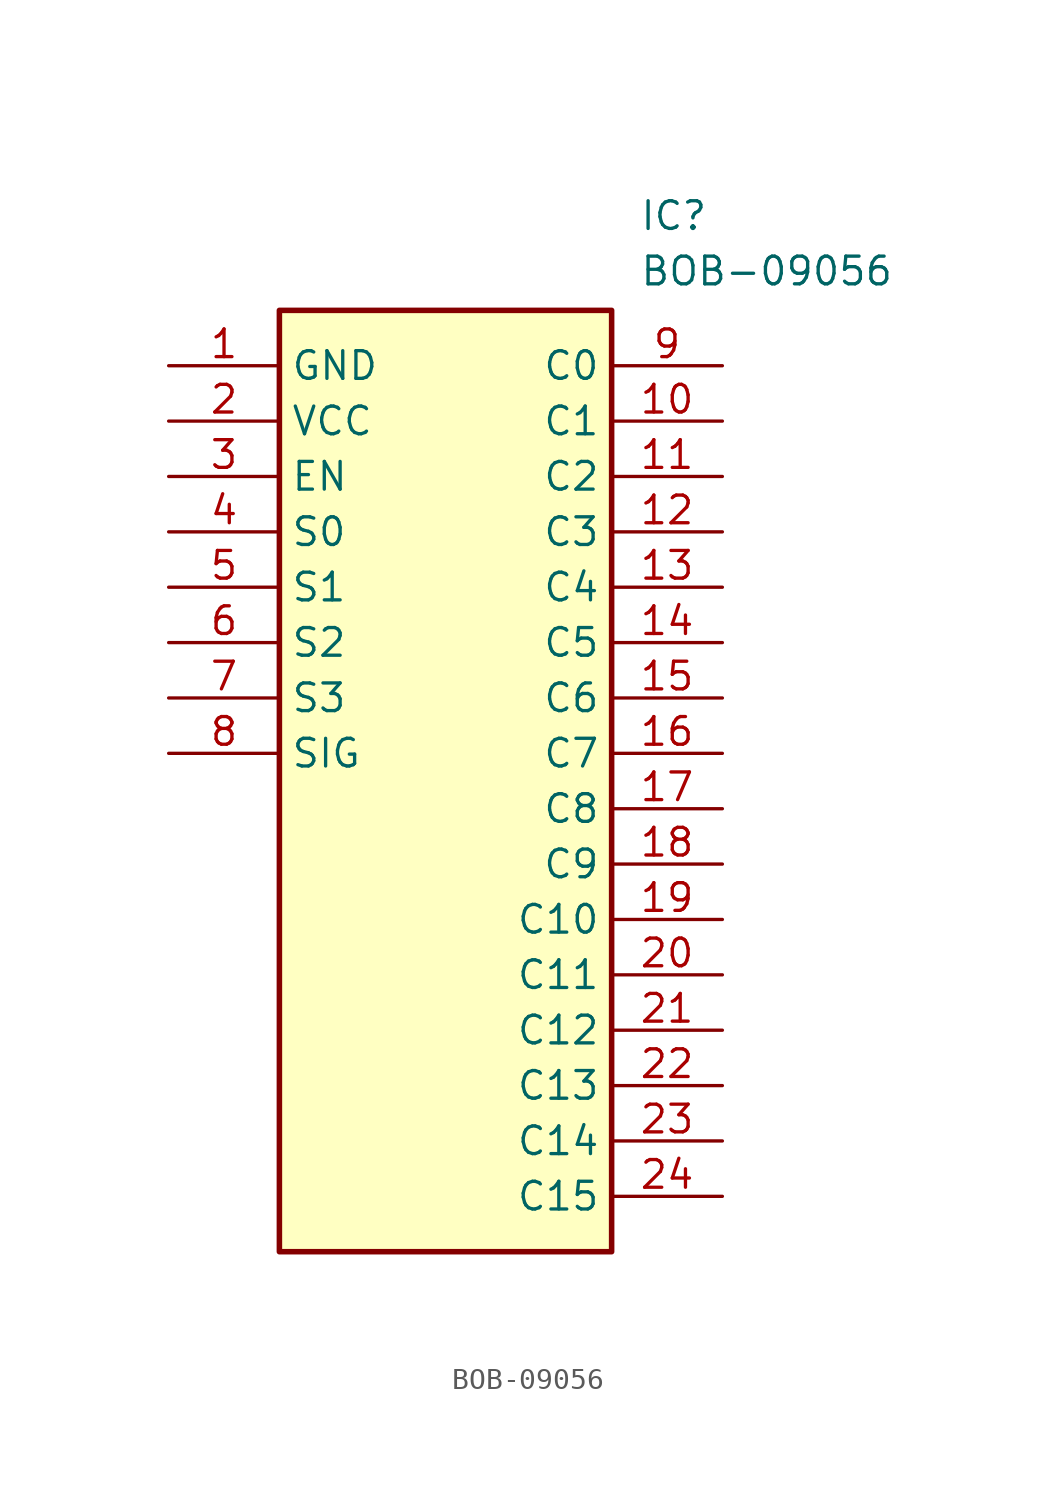
<source format=kicad_sym>
(kicad_symbol_lib
  (version 20220914)
  (generator SamacSys_ECAD_Model)
  (symbol "BOB-09056"
    (property "Reference" "IC"
      (at 21.59 7.62 0)
      (effects (font (size 1.27 1.27)) (justify left top)))
    (property "Value" "BOB-09056"
      (at 21.59 5.08 0)
      (effects (font (size 1.27 1.27)) (justify left top)))
    (rectangle
      (start 5.08 2.54)
      (end 20.32 -40.64)
      (stroke (width 0.254) (type default))
      (fill (type background)))
    (pin passive line
      (at 0 0 0)
      (length 5.08)
      (name "GND" (effects (font (size 1.27 1.27))))
      (number "1" (effects (font (size 1.27 1.27)))))
    (pin passive line
      (at 0 -2.54 0)
      (length 5.08)
      (name "VCC" (effects (font (size 1.27 1.27))))
      (number "2" (effects (font (size 1.27 1.27)))))
    (pin passive line
      (at 0 -5.08 0)
      (length 5.08)
      (name "EN" (effects (font (size 1.27 1.27))))
      (number "3" (effects (font (size 1.27 1.27)))))
    (pin passive line
      (at 0 -7.62 0)
      (length 5.08)
      (name "S0" (effects (font (size 1.27 1.27))))
      (number "4" (effects (font (size 1.27 1.27)))))
    (pin passive line
      (at 0 -10.16 0)
      (length 5.08)
      (name "S1" (effects (font (size 1.27 1.27))))
      (number "5" (effects (font (size 1.27 1.27)))))
    (pin passive line
      (at 0 -12.7 0)
      (length 5.08)
      (name "S2" (effects (font (size 1.27 1.27))))
      (number "6" (effects (font (size 1.27 1.27)))))
    (pin passive line
      (at 0 -15.24 0)
      (length 5.08)
      (name "S3" (effects (font (size 1.27 1.27))))
      (number "7" (effects (font (size 1.27 1.27)))))
    (pin passive line
      (at 0 -17.78 0)
      (length 5.08)
      (name "SIG" (effects (font (size 1.27 1.27))))
      (number "8" (effects (font (size 1.27 1.27)))))
    (pin passive line
      (at 25.4 0 180)
      (length 5.08)
      (name "C0" (effects (font (size 1.27 1.27))))
      (number "9" (effects (font (size 1.27 1.27)))))
    (pin passive line
      (at 25.4 -2.54 180)
      (length 5.08)
      (name "C1" (effects (font (size 1.27 1.27))))
      (number "10" (effects (font (size 1.27 1.27)))))
    (pin passive line
      (at 25.4 -5.08 180)
      (length 5.08)
      (name "C2" (effects (font (size 1.27 1.27))))
      (number "11" (effects (font (size 1.27 1.27)))))
    (pin passive line
      (at 25.4 -7.62 180)
      (length 5.08)
      (name "C3" (effects (font (size 1.27 1.27))))
      (number "12" (effects (font (size 1.27 1.27)))))
    (pin passive line
      (at 25.4 -10.16 180)
      (length 5.08)
      (name "C4" (effects (font (size 1.27 1.27))))
      (number "13" (effects (font (size 1.27 1.27)))))
    (pin passive line
      (at 25.4 -12.7 180)
      (length 5.08)
      (name "C5" (effects (font (size 1.27 1.27))))
      (number "14" (effects (font (size 1.27 1.27)))))
    (pin passive line
      (at 25.4 -15.24 180)
      (length 5.08)
      (name "C6" (effects (font (size 1.27 1.27))))
      (number "15" (effects (font (size 1.27 1.27)))))
    (pin passive line
      (at 25.4 -17.78 180)
      (length 5.08)
      (name "C7" (effects (font (size 1.27 1.27))))
      (number "16" (effects (font (size 1.27 1.27)))))
    (pin passive line
      (at 25.4 -20.32 180)
      (length 5.08)
      (name "C8" (effects (font (size 1.27 1.27))))
      (number "17" (effects (font (size 1.27 1.27)))))
    (pin passive line
      (at 25.4 -22.86 180)
      (length 5.08)
      (name "C9" (effects (font (size 1.27 1.27))))
      (number "18" (effects (font (size 1.27 1.27)))))
    (pin passive line
      (at 25.4 -25.4 180)
      (length 5.08)
      (name "C10" (effects (font (size 1.27 1.27))))
      (number "19" (effects (font (size 1.27 1.27)))))
    (pin passive line
      (at 25.4 -27.94 180)
      (length 5.08)
      (name "C11" (effects (font (size 1.27 1.27))))
      (number "20" (effects (font (size 1.27 1.27)))))
    (pin passive line
      (at 25.4 -30.48 180)
      (length 5.08)
      (name "C12" (effects (font (size 1.27 1.27))))
      (number "21" (effects (font (size 1.27 1.27)))))
    (pin passive line
      (at 25.4 -33.02 180)
      (length 5.08)
      (name "C13" (effects (font (size 1.27 1.27))))
      (number "22" (effects (font (size 1.27 1.27)))))
    (pin passive line
      (at 25.4 -35.56 180)
      (length 5.08)
      (name "C14" (effects (font (size 1.27 1.27))))
      (number "23" (effects (font (size 1.27 1.27)))))
    (pin passive line
      (at 25.4 -38.1 180)
      (length 5.08)
      (name "C15" (effects (font (size 1.27 1.27))))
      (number "24" (effects (font (size 1.27 1.27)))))))
</source>
